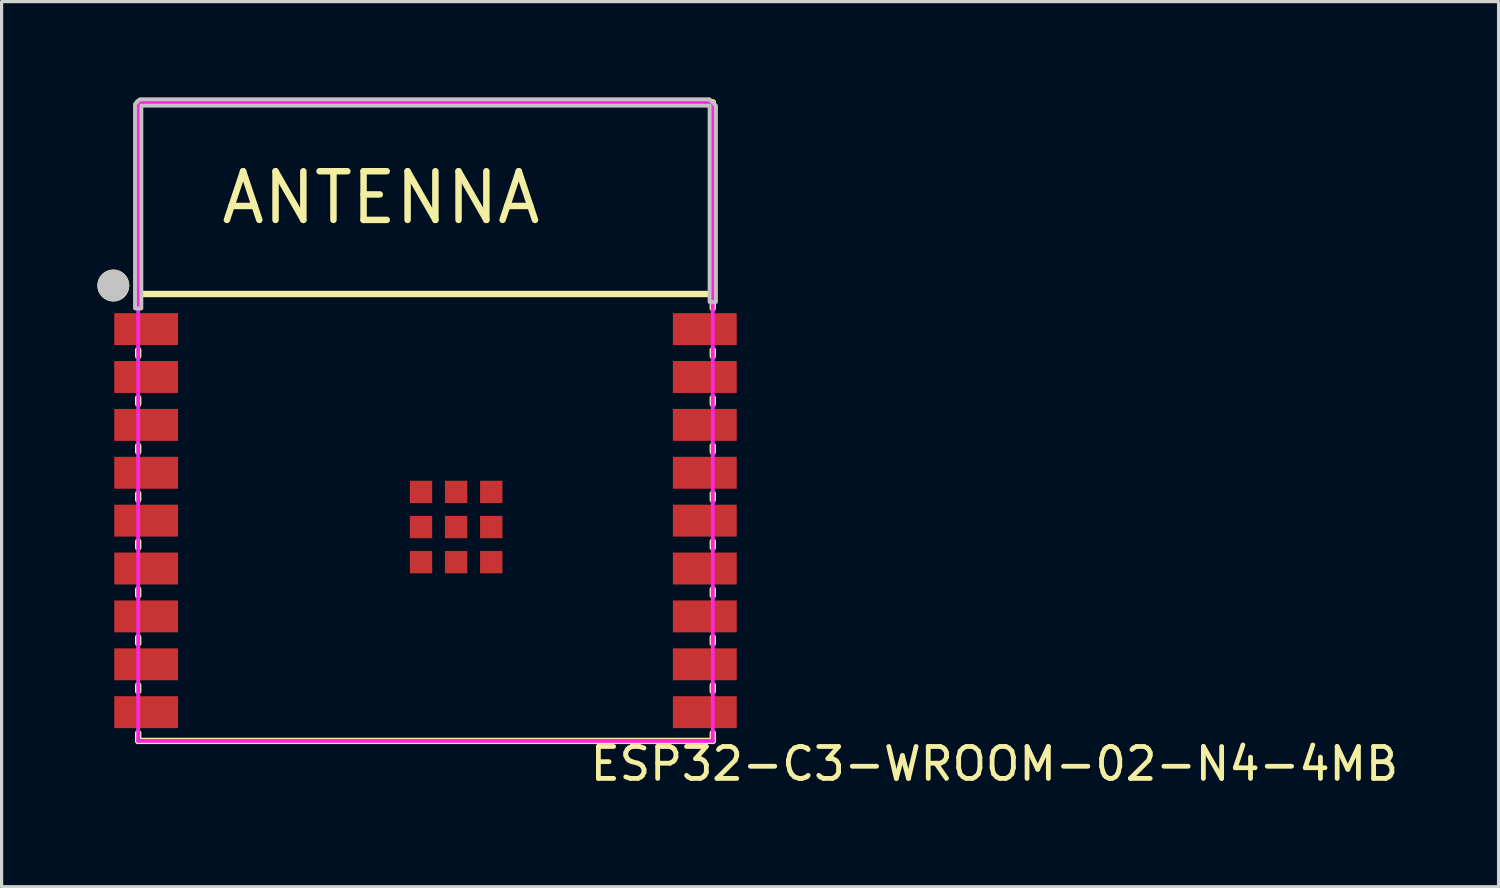
<source format=kicad_pcb>
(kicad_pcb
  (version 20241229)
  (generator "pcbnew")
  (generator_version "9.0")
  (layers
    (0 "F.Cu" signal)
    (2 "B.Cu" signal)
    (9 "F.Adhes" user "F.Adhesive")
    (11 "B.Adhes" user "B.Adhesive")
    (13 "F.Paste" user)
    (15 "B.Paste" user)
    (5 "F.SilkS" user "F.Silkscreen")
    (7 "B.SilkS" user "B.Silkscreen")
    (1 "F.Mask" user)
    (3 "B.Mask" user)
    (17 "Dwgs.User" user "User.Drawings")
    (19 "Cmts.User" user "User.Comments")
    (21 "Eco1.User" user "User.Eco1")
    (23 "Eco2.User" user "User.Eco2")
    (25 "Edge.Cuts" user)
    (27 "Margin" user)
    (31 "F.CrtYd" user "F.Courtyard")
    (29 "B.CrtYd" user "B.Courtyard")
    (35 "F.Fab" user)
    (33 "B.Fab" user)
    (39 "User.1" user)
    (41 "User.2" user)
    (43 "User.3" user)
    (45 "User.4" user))
  (footprint "ESP32-C3-WROOM-02-N4-4MB"
    (layer "F.Cu")
    (at 10.279 13.26)
    (property "Reference" "ESP32-C3-WROOM-02-N4-4MB" (at 5.08 7.62 0) (layer "F.SilkS") (effects (font (size 1 1) (thickness 0.15)) (justify left)))
    (attr through_hole)
    (fp_line (start -9 -13.1) (end -9 -6.654) (stroke (width 0.2) (type solid)) (layer "F.SilkS"))
    (fp_line (start -9 -7.1) (end 9 -7.1) (stroke (width 0.2) (type solid)) (layer "F.SilkS"))
    (fp_line (start -9 -5.346) (end -9 -5.154) (stroke (width 0.2) (type solid)) (layer "F.SilkS"))
    (fp_line (start -9 -3.846) (end -9 -3.654) (stroke (width 0.2) (type solid)) (layer "F.SilkS"))
    (fp_line (start -9 -2.346) (end -9 -2.154) (stroke (width 0.2) (type solid)) (layer "F.SilkS"))
    (fp_line (start -9 -0.846) (end -9 -0.654) (stroke (width 0.2) (type solid)) (layer "F.SilkS"))
    (fp_line (start -9 0.654) (end -9 0.846) (stroke (width 0.2) (type solid)) (layer "F.SilkS"))
    (fp_line (start -9 2.154) (end -9 2.346) (stroke (width 0.2) (type solid)) (layer "F.SilkS"))
    (fp_line (start -9 3.654) (end -9 3.846) (stroke (width 0.2) (type solid)) (layer "F.SilkS"))
    (fp_line (start -9 5.154) (end -9 5.346) (stroke (width 0.2) (type solid)) (layer "F.SilkS"))
    (fp_line (start -9 6.654) (end -9 6.9) (stroke (width 0.2) (type solid)) (layer "F.SilkS"))
    (fp_line (start -9 6.9) (end 9 6.9) (stroke (width 0.2) (type solid)) (layer "F.SilkS"))
    (fp_line (start 9 -13.1) (end -9 -13.1) (stroke (width 0.2) (type solid)) (layer "F.SilkS"))
    (fp_line (start 9 -6.654) (end 9 -13.1) (stroke (width 0.2) (type solid)) (layer "F.SilkS"))
    (fp_line (start 9 -5.154) (end 9 -5.346) (stroke (width 0.2) (type solid)) (layer "F.SilkS"))
    (fp_line (start 9 -3.654) (end 9 -3.846) (stroke (width 0.2) (type solid)) (layer "F.SilkS"))
    (fp_line (start 9 -2.154) (end 9 -2.346) (stroke (width 0.2) (type solid)) (layer "F.SilkS"))
    (fp_line (start 9 -0.654) (end 9 -0.846) (stroke (width 0.2) (type solid)) (layer "F.SilkS"))
    (fp_line (start 9 0.846) (end 9 0.654) (stroke (width 0.2) (type solid)) (layer "F.SilkS"))
    (fp_line (start 9 2.346) (end 9 2.154) (stroke (width 0.2) (type solid)) (layer "F.SilkS"))
    (fp_line (start 9 3.846) (end 9 3.654) (stroke (width 0.2) (type solid)) (layer "F.SilkS"))
    (fp_line (start 9 5.346) (end 9 5.154) (stroke (width 0.2) (type solid)) (layer "F.SilkS"))
    (fp_line (start 9 6.9) (end 9 6.654) (stroke (width 0.2) (type solid)) (layer "F.SilkS"))
    (fp_circle (center -9.779 -7.366) (end -9.529 -7.366) (stroke (width 0.5) (type solid)) (fill no) (layer "F.SilkS"))
    (fp_circle (center -9.779 -7.366) (end -9.529 -7.366) (stroke (width 0.5) (type solid)) (fill no) (layer "Dwgs.User"))
    (fp_poly (pts (xy -9.1 -6.65) (xy -9.1 -13.05) (xy -8.95 -13.2) (xy 8.9 -13.2) (xy 9.1 -13) (xy 9.1 -6.85) (xy 8.9 -6.85) (xy 8.9 -13) (xy -8.9 -13) (xy -8.9 -6.7) (xy -8.9 -6.65)) (stroke (width 0.12) (type solid)) (fill no) (layer "Dwgs.User"))
    (fp_circle (center -9 -13.1) (end -8.97 -13.1) (stroke (width 0.06) (type solid)) (fill no) (layer "Eco2.User"))
    (fp_poly (pts (xy -9 -6.425) (xy -8.1 -6.425) (xy -8.1 -5.575) (xy -9 -5.575)) (stroke (width 0.12) (type solid)) (fill no) (layer "Eco2.User"))
    (fp_poly (pts (xy -9 -4.925) (xy -8.1 -4.925) (xy -8.1 -4.075) (xy -9 -4.075)) (stroke (width 0.12) (type solid)) (fill no) (layer "Eco2.User"))
    (fp_poly (pts (xy -9 -3.425) (xy -8.1 -3.425) (xy -8.1 -2.575) (xy -9 -2.575)) (stroke (width 0.12) (type solid)) (fill no) (layer "Eco2.User"))
    (fp_poly (pts (xy -9 -1.925) (xy -8.1 -1.925) (xy -8.1 -1.075) (xy -9 -1.075)) (stroke (width 0.12) (type solid)) (fill no) (layer "Eco2.User"))
    (fp_poly (pts (xy -9 -0.425) (xy -8.1 -0.425) (xy -8.1 0.425) (xy -9 0.425)) (stroke (width 0.12) (type solid)) (fill no) (layer "Eco2.User"))
    (fp_poly (pts (xy -9 1.075) (xy -8.1 1.075) (xy -8.1 1.925) (xy -9 1.925)) (stroke (width 0.12) (type solid)) (fill no) (layer "Eco2.User"))
    (fp_poly (pts (xy -9 2.575) (xy -8.1 2.575) (xy -8.1 3.425) (xy -9 3.425)) (stroke (width 0.12) (type solid)) (fill no) (layer "Eco2.User"))
    (fp_poly (pts (xy -9 4.075) (xy -8.1 4.075) (xy -8.1 4.925) (xy -9 4.925)) (stroke (width 0.12) (type solid)) (fill no) (layer "Eco2.User"))
    (fp_poly (pts (xy -9 5.575) (xy -8.1 5.575) (xy -8.1 6.425) (xy -9 6.425)) (stroke (width 0.12) (type solid)) (fill no) (layer "Eco2.User"))
    (fp_poly (pts (xy -0.49 -1.25) (xy 0.21 -1.25) (xy 0.21 -0.55) (xy -0.49 -0.55)) (stroke (width 0.12) (type solid)) (fill no) (layer "Eco2.User"))
    (fp_poly (pts (xy -0.49 -0.15) (xy 0.21 -0.15) (xy 0.21 0.55) (xy -0.49 0.55)) (stroke (width 0.12) (type solid)) (fill no) (layer "Eco2.User"))
    (fp_poly (pts (xy -0.49 0.95) (xy 0.21 0.95) (xy 0.21 1.65) (xy -0.49 1.65)) (stroke (width 0.12) (type solid)) (fill no) (layer "Eco2.User"))
    (fp_poly (pts (xy 0.61 -1.25) (xy 1.31 -1.25) (xy 1.31 -0.55) (xy 0.61 -0.55)) (stroke (width 0.12) (type solid)) (fill no) (layer "Eco2.User"))
    (fp_poly (pts (xy 0.61 -0.15) (xy 1.31 -0.15) (xy 1.31 0.55) (xy 0.61 0.55)) (stroke (width 0.12) (type solid)) (fill no) (layer "Eco2.User"))
    (fp_poly (pts (xy 0.61 0.95) (xy 1.31 0.95) (xy 1.31 1.65) (xy 0.61 1.65)) (stroke (width 0.12) (type solid)) (fill no) (layer "Eco2.User"))
    (fp_poly (pts (xy 1.71 -1.25) (xy 2.41 -1.25) (xy 2.41 -0.55) (xy 1.71 -0.55)) (stroke (width 0.12) (type solid)) (fill no) (layer "Eco2.User"))
    (fp_poly (pts (xy 1.71 -0.15) (xy 2.41 -0.15) (xy 2.41 0.55) (xy 1.71 0.55)) (stroke (width 0.12) (type solid)) (fill no) (layer "Eco2.User"))
    (fp_poly (pts (xy 1.71 0.95) (xy 2.41 0.95) (xy 2.41 1.65) (xy 1.71 1.65)) (stroke (width 0.12) (type solid)) (fill no) (layer "Eco2.User"))
    (fp_poly (pts (xy 8.1 -6.425) (xy 9 -6.425) (xy 9 -5.575) (xy 8.1 -5.575)) (stroke (width 0.12) (type solid)) (fill no) (layer "Eco2.User"))
    (fp_poly (pts (xy 8.1 -4.925) (xy 9 -4.925) (xy 9 -4.075) (xy 8.1 -4.075)) (stroke (width 0.12) (type solid)) (fill no) (layer "Eco2.User"))
    (fp_poly (pts (xy 8.1 -3.425) (xy 9 -3.425) (xy 9 -2.575) (xy 8.1 -2.575)) (stroke (width 0.12) (type solid)) (fill no) (layer "Eco2.User"))
    (fp_poly (pts (xy 8.1 -1.925) (xy 9 -1.925) (xy 9 -1.075) (xy 8.1 -1.075)) (stroke (width 0.12) (type solid)) (fill no) (layer "Eco2.User"))
    (fp_poly (pts (xy 8.1 -0.425) (xy 9 -0.425) (xy 9 0.425) (xy 8.1 0.425)) (stroke (width 0.12) (type solid)) (fill no) (layer "Eco2.User"))
    (fp_poly (pts (xy 8.1 1.075) (xy 9 1.075) (xy 9 1.925) (xy 8.1 1.925)) (stroke (width 0.12) (type solid)) (fill no) (layer "Eco2.User"))
    (fp_poly (pts (xy 8.1 2.575) (xy 9 2.575) (xy 9 3.425) (xy 8.1 3.425)) (stroke (width 0.12) (type solid)) (fill no) (layer "Eco2.User"))
    (fp_poly (pts (xy 8.1 4.075) (xy 9 4.075) (xy 9 4.925) (xy 8.1 4.925)) (stroke (width 0.12) (type solid)) (fill no) (layer "Eco2.User"))
    (fp_poly (pts (xy 8.1 5.575) (xy 9 5.575) (xy 9 6.425) (xy 8.1 6.425)) (stroke (width 0.12) (type solid)) (fill no) (layer "Eco2.User"))
    (fp_line (start -9 -13.1) (end 9 -13.1) (stroke (width 0.12) (type solid)) (layer "F.CrtYd"))
    (fp_line (start -9 6.9) (end -9 -13.1) (stroke (width 0.12) (type solid)) (layer "F.CrtYd"))
    (fp_line (start 9 -13.1) (end 9 6.9) (stroke (width 0.12) (type solid)) (layer "F.CrtYd"))
    (fp_line (start 9 6.9) (end -9 6.9) (stroke (width 0.12) (type solid)) (layer "F.CrtYd"))
    (fp_text user "ANTENNA" (at -6.5 -10.116 0) (layer "F.SilkS") (effects (font (size 1.524 1.524) (thickness 0.203)) (justify left)))
    (pad "1" smd rect (at -8.75 -6) (size 2 1) (layers "F.Cu" "F.Mask" "F.Paste"))
    (pad "2" smd rect (at -8.75 -4.5) (size 2 1) (layers "F.Cu" "F.Mask" "F.Paste"))
    (pad "3" smd rect (at -8.75 -3) (size 2 1) (layers "F.Cu" "F.Mask" "F.Paste"))
    (pad "4" smd rect (at -8.75 -1.5) (size 2 1) (layers "F.Cu" "F.Mask" "F.Paste"))
    (pad "5" smd rect (at -8.75 0) (size 2 1) (layers "F.Cu" "F.Mask" "F.Paste"))
    (pad "6" smd rect (at -8.75 1.5) (size 2 1) (layers "F.Cu" "F.Mask" "F.Paste"))
    (pad "7" smd rect (at -8.75 3) (size 2 1) (layers "F.Cu" "F.Mask" "F.Paste"))
    (pad "8" smd rect (at -8.75 4.5) (size 2 1) (layers "F.Cu" "F.Mask" "F.Paste"))
    (pad "9" smd rect (at -8.75 6) (size 2 1) (layers "F.Cu" "F.Mask" "F.Paste"))
    (pad "10" smd rect (at 8.75 6) (size 2 1) (layers "F.Cu" "F.Mask" "F.Paste"))
    (pad "11" smd rect (at 8.75 4.5) (size 2 1) (layers "F.Cu" "F.Mask" "F.Paste"))
    (pad "12" smd rect (at 8.75 3) (size 2 1) (layers "F.Cu" "F.Mask" "F.Paste"))
    (pad "13" smd rect (at 8.75 1.5) (size 2 1) (layers "F.Cu" "F.Mask" "F.Paste"))
    (pad "14" smd rect (at 8.75 0) (size 2 1) (layers "F.Cu" "F.Mask" "F.Paste"))
    (pad "15" smd rect (at 8.75 -1.5) (size 2 1) (layers "F.Cu" "F.Mask" "F.Paste"))
    (pad "16" smd rect (at 8.75 -3) (size 2 1) (layers "F.Cu" "F.Mask" "F.Paste"))
    (pad "17" smd rect (at 8.75 -4.5) (size 2 1) (layers "F.Cu" "F.Mask" "F.Paste"))
    (pad "18" smd rect (at 8.75 -6) (size 2 1) (layers "F.Cu" "F.Mask" "F.Paste"))
    (pad "19" smd rect (at -0.14 -0.9) (size 0.7 0.7) (layers "F.Cu" "F.Mask" "F.Paste"))
    (pad "19" smd rect (at -0.14 0.2) (size 0.7 0.7) (layers "F.Cu" "F.Mask" "F.Paste"))
    (pad "19" smd rect (at -0.14 1.3) (size 0.7 0.7) (layers "F.Cu" "F.Mask" "F.Paste"))
    (pad "19" smd rect (at 0.96 -0.9) (size 0.7 0.7) (layers "F.Cu" "F.Mask" "F.Paste"))
    (pad "19" smd rect (at 0.96 0.2) (size 0.7 0.7) (layers "F.Cu" "F.Mask" "F.Paste"))
    (pad "19" smd rect (at 0.96 1.3) (size 0.7 0.7) (layers "F.Cu" "F.Mask" "F.Paste"))
    (pad "19" smd rect (at 2.06 -0.9) (size 0.7 0.7) (layers "F.Cu" "F.Mask" "F.Paste"))
    (pad "19" smd rect (at 2.06 0.2) (size 0.7 0.7) (layers "F.Cu" "F.Mask" "F.Paste"))
    (pad "19" smd rect (at 2.06 1.3) (size 0.7 0.7) (layers "F.Cu" "F.Mask" "F.Paste")))
  (gr_rect
    (start -3 -3)
    (end 43.895 24.728)
    (stroke (width 0.1) (type default))
    (fill no)
    (layer "Edge.Cuts")))
</source>
